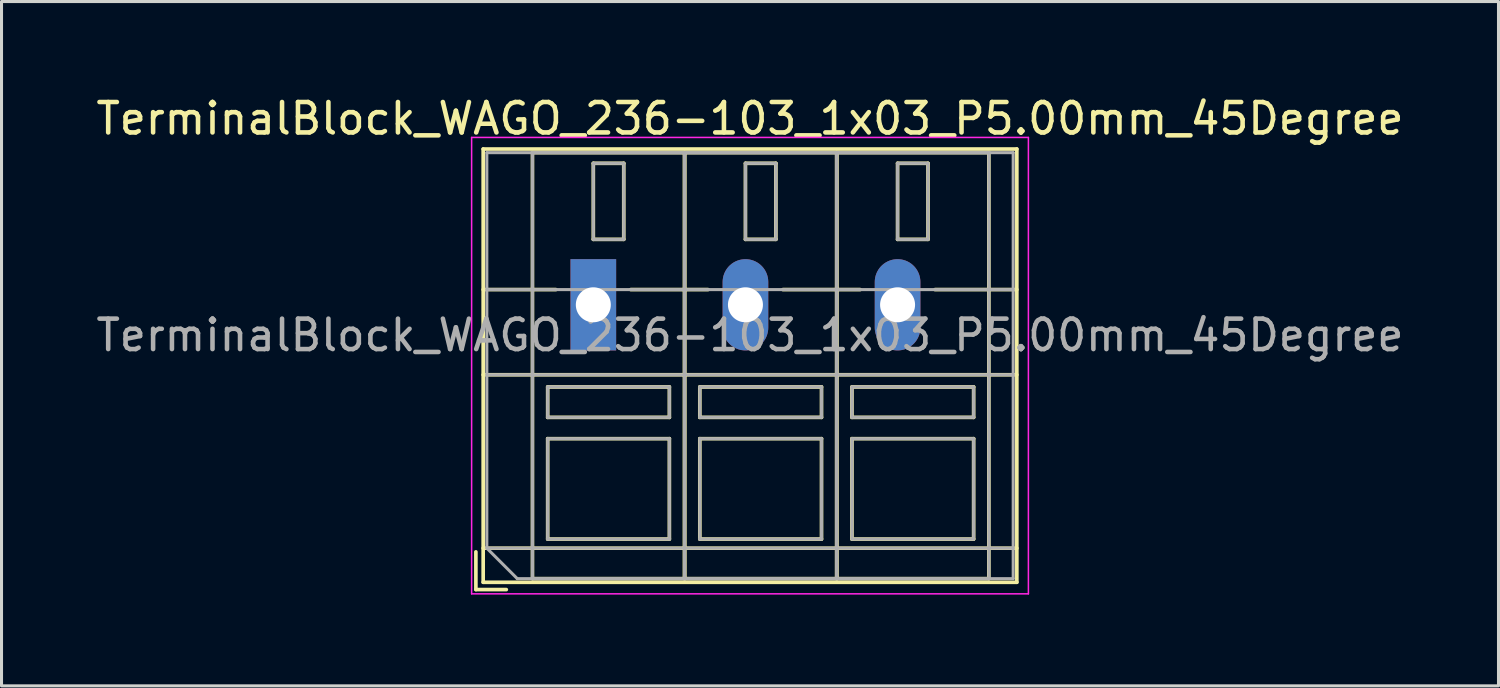
<source format=kicad_pcb>
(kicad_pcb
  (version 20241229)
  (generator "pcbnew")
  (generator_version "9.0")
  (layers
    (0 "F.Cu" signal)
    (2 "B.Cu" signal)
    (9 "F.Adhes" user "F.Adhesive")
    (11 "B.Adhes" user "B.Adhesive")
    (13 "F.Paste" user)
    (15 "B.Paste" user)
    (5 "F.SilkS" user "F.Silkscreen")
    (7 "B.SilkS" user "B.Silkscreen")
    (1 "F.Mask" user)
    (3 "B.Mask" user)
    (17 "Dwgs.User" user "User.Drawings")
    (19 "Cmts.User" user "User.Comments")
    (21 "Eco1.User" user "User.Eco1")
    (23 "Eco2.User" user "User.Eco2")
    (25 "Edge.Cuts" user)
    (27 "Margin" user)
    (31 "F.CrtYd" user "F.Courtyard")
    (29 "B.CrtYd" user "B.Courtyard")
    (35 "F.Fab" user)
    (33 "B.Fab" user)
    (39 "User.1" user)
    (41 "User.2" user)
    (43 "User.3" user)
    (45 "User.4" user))
  (footprint "TerminalBlock_WAGO_236-103_1x03_P5.00mm_45Degree"
    (layer "F.Cu")
    (at 16.451 6.968)
    (property "Reference" "TerminalBlock_WAGO_236-103_1x03_P5.00mm_45Degree" (at 5.15 -6.12 0) (layer "F.SilkS") (effects (font (size 1 1) (thickness 0.15))))
    (attr through_hole)
    (fp_line (start -3.86 8.12) (end -3.86 9.36) (stroke (width 0.12) (type solid)) (layer "F.SilkS"))
    (fp_line (start -3.86 9.36) (end -2.86 9.36) (stroke (width 0.12) (type solid)) (layer "F.SilkS"))
    (fp_line (start -3.62 -5.12) (end -3.62 9.12) (stroke (width 0.12) (type solid)) (layer "F.SilkS"))
    (fp_line (start -3.62 -5.12) (end 13.92 -5.12) (stroke (width 0.12) (type solid)) (layer "F.SilkS"))
    (fp_line (start -3.62 -0.5) (end -1.23 -0.5) (stroke (width 0.12) (type solid)) (layer "F.SilkS"))
    (fp_line (start -3.62 2.3) (end 13.92 2.3) (stroke (width 0.12) (type solid)) (layer "F.SilkS"))
    (fp_line (start -3.62 8) (end 13.92 8) (stroke (width 0.12) (type solid)) (layer "F.SilkS"))
    (fp_line (start -3.62 9.12) (end 13.92 9.12) (stroke (width 0.12) (type solid)) (layer "F.SilkS"))
    (fp_line (start -2 -5) (end -2 9) (stroke (width 0.12) (type solid)) (layer "F.SilkS"))
    (fp_line (start -2 -5) (end 3 -5) (stroke (width 0.12) (type solid)) (layer "F.SilkS"))
    (fp_line (start -2 9) (end 3 9) (stroke (width 0.12) (type solid)) (layer "F.SilkS"))
    (fp_line (start -1.5 2.7) (end -1.5 3.7) (stroke (width 0.12) (type solid)) (layer "F.SilkS"))
    (fp_line (start -1.5 2.7) (end 2.5 2.7) (stroke (width 0.12) (type solid)) (layer "F.SilkS"))
    (fp_line (start -1.5 3.7) (end 2.5 3.7) (stroke (width 0.12) (type solid)) (layer "F.SilkS"))
    (fp_line (start -1.5 4.4) (end -1.5 7.7) (stroke (width 0.12) (type solid)) (layer "F.SilkS"))
    (fp_line (start -1.5 4.4) (end 2.5 4.4) (stroke (width 0.12) (type solid)) (layer "F.SilkS"))
    (fp_line (start -1.5 7.7) (end 2.5 7.7) (stroke (width 0.12) (type solid)) (layer "F.SilkS"))
    (fp_line (start 0 -4.65) (end 0 -2.151) (stroke (width 0.12) (type solid)) (layer "F.SilkS"))
    (fp_line (start 0 -4.65) (end 1 -4.65) (stroke (width 0.12) (type solid)) (layer "F.SilkS"))
    (fp_line (start 0 -2.151) (end 1 -2.151) (stroke (width 0.12) (type solid)) (layer "F.SilkS"))
    (fp_line (start 1 -4.65) (end 1 -2.151) (stroke (width 0.12) (type solid)) (layer "F.SilkS"))
    (fp_line (start 1.23 -0.5) (end 3.77 -0.5) (stroke (width 0.12) (type solid)) (layer "F.SilkS"))
    (fp_line (start 2.5 2.7) (end 2.5 3.7) (stroke (width 0.12) (type solid)) (layer "F.SilkS"))
    (fp_line (start 2.5 4.4) (end 2.5 7.7) (stroke (width 0.12) (type solid)) (layer "F.SilkS"))
    (fp_line (start 3 -5) (end 3 9) (stroke (width 0.12) (type solid)) (layer "F.SilkS"))
    (fp_line (start 3 -5) (end 3 9) (stroke (width 0.12) (type solid)) (layer "F.SilkS"))
    (fp_line (start 3 -5) (end 8 -5) (stroke (width 0.12) (type solid)) (layer "F.SilkS"))
    (fp_line (start 3 9) (end 8 9) (stroke (width 0.12) (type solid)) (layer "F.SilkS"))
    (fp_line (start 3.5 2.7) (end 3.5 3.7) (stroke (width 0.12) (type solid)) (layer "F.SilkS"))
    (fp_line (start 3.5 2.7) (end 7.5 2.7) (stroke (width 0.12) (type solid)) (layer "F.SilkS"))
    (fp_line (start 3.5 3.7) (end 7.5 3.7) (stroke (width 0.12) (type solid)) (layer "F.SilkS"))
    (fp_line (start 3.5 4.4) (end 3.5 7.7) (stroke (width 0.12) (type solid)) (layer "F.SilkS"))
    (fp_line (start 3.5 4.4) (end 7.5 4.4) (stroke (width 0.12) (type solid)) (layer "F.SilkS"))
    (fp_line (start 3.5 7.7) (end 7.5 7.7) (stroke (width 0.12) (type solid)) (layer "F.SilkS"))
    (fp_line (start 5 -4.65) (end 5 -2.151) (stroke (width 0.12) (type solid)) (layer "F.SilkS"))
    (fp_line (start 5 -4.65) (end 6 -4.65) (stroke (width 0.12) (type solid)) (layer "F.SilkS"))
    (fp_line (start 5 -2.151) (end 6 -2.151) (stroke (width 0.12) (type solid)) (layer "F.SilkS"))
    (fp_line (start 6 -4.65) (end 6 -2.151) (stroke (width 0.12) (type solid)) (layer "F.SilkS"))
    (fp_line (start 6.23 -0.5) (end 8.77 -0.5) (stroke (width 0.12) (type solid)) (layer "F.SilkS"))
    (fp_line (start 7.5 2.7) (end 7.5 3.7) (stroke (width 0.12) (type solid)) (layer "F.SilkS"))
    (fp_line (start 7.5 4.4) (end 7.5 7.7) (stroke (width 0.12) (type solid)) (layer "F.SilkS"))
    (fp_line (start 8 -5) (end 8 9) (stroke (width 0.12) (type solid)) (layer "F.SilkS"))
    (fp_line (start 8 -5) (end 8 9) (stroke (width 0.12) (type solid)) (layer "F.SilkS"))
    (fp_line (start 8 -5) (end 13 -5) (stroke (width 0.12) (type solid)) (layer "F.SilkS"))
    (fp_line (start 8 9) (end 13 9) (stroke (width 0.12) (type solid)) (layer "F.SilkS"))
    (fp_line (start 8.5 2.7) (end 8.5 3.7) (stroke (width 0.12) (type solid)) (layer "F.SilkS"))
    (fp_line (start 8.5 2.7) (end 12.5 2.7) (stroke (width 0.12) (type solid)) (layer "F.SilkS"))
    (fp_line (start 8.5 3.7) (end 12.5 3.7) (stroke (width 0.12) (type solid)) (layer "F.SilkS"))
    (fp_line (start 8.5 4.4) (end 8.5 7.7) (stroke (width 0.12) (type solid)) (layer "F.SilkS"))
    (fp_line (start 8.5 4.4) (end 12.5 4.4) (stroke (width 0.12) (type solid)) (layer "F.SilkS"))
    (fp_line (start 8.5 7.7) (end 12.5 7.7) (stroke (width 0.12) (type solid)) (layer "F.SilkS"))
    (fp_line (start 10 -4.65) (end 10 -2.151) (stroke (width 0.12) (type solid)) (layer "F.SilkS"))
    (fp_line (start 10 -4.65) (end 11 -4.65) (stroke (width 0.12) (type solid)) (layer "F.SilkS"))
    (fp_line (start 10 -2.151) (end 11 -2.151) (stroke (width 0.12) (type solid)) (layer "F.SilkS"))
    (fp_line (start 11 -4.65) (end 11 -2.151) (stroke (width 0.12) (type solid)) (layer "F.SilkS"))
    (fp_line (start 11.23 -0.5) (end 13.92 -0.5) (stroke (width 0.12) (type solid)) (layer "F.SilkS"))
    (fp_line (start 12.5 2.7) (end 12.5 3.7) (stroke (width 0.12) (type solid)) (layer "F.SilkS"))
    (fp_line (start 12.5 4.4) (end 12.5 7.7) (stroke (width 0.12) (type solid)) (layer "F.SilkS"))
    (fp_line (start 13 -5) (end 13 9) (stroke (width 0.12) (type solid)) (layer "F.SilkS"))
    (fp_line (start 13.92 -5.12) (end 13.92 9.12) (stroke (width 0.12) (type solid)) (layer "F.SilkS"))
    (fp_line (start -4 -5.5) (end -4 9.5) (stroke (width 0.05) (type solid)) (layer "F.CrtYd"))
    (fp_line (start -4 9.5) (end 14.3 9.5) (stroke (width 0.05) (type solid)) (layer "F.CrtYd"))
    (fp_line (start 14.3 -5.5) (end -4 -5.5) (stroke (width 0.05) (type solid)) (layer "F.CrtYd"))
    (fp_line (start 14.3 9.5) (end 14.3 -5.5) (stroke (width 0.05) (type solid)) (layer "F.CrtYd"))
    (fp_line (start -3.5 -5) (end 13.8 -5) (stroke (width 0.1) (type solid)) (layer "F.Fab"))
    (fp_line (start -3.5 -0.5) (end 13.8 -0.5) (stroke (width 0.1) (type solid)) (layer "F.Fab"))
    (fp_line (start -3.5 2.3) (end 13.8 2.3) (stroke (width 0.1) (type solid)) (layer "F.Fab"))
    (fp_line (start -3.5 8) (end -3.5 -5) (stroke (width 0.1) (type solid)) (layer "F.Fab"))
    (fp_line (start -3.5 8) (end 13.8 8) (stroke (width 0.1) (type solid)) (layer "F.Fab"))
    (fp_line (start -2.5 9) (end -3.5 8) (stroke (width 0.1) (type solid)) (layer "F.Fab"))
    (fp_line (start -2 -5) (end -2 9) (stroke (width 0.1) (type solid)) (layer "F.Fab"))
    (fp_line (start -2 9) (end 3 9) (stroke (width 0.1) (type solid)) (layer "F.Fab"))
    (fp_line (start -1.5 2.7) (end -1.5 3.7) (stroke (width 0.1) (type solid)) (layer "F.Fab"))
    (fp_line (start -1.5 3.7) (end 2.5 3.7) (stroke (width 0.1) (type solid)) (layer "F.Fab"))
    (fp_line (start -1.5 4.4) (end -1.5 7.7) (stroke (width 0.1) (type solid)) (layer "F.Fab"))
    (fp_line (start -1.5 7.7) (end 2.5 7.7) (stroke (width 0.1) (type solid)) (layer "F.Fab"))
    (fp_line (start 0 -4.65) (end 0 -2.15) (stroke (width 0.1) (type solid)) (layer "F.Fab"))
    (fp_line (start 0 -2.15) (end 1 -2.15) (stroke (width 0.1) (type solid)) (layer "F.Fab"))
    (fp_line (start 1 -4.65) (end 0 -4.65) (stroke (width 0.1) (type solid)) (layer "F.Fab"))
    (fp_line (start 1 -2.15) (end 1 -4.65) (stroke (width 0.1) (type solid)) (layer "F.Fab"))
    (fp_line (start 2.5 2.7) (end -1.5 2.7) (stroke (width 0.1) (type solid)) (layer "F.Fab"))
    (fp_line (start 2.5 3.7) (end 2.5 2.7) (stroke (width 0.1) (type solid)) (layer "F.Fab"))
    (fp_line (start 2.5 4.4) (end -1.5 4.4) (stroke (width 0.1) (type solid)) (layer "F.Fab"))
    (fp_line (start 2.5 7.7) (end 2.5 4.4) (stroke (width 0.1) (type solid)) (layer "F.Fab"))
    (fp_line (start 3 -5) (end -2 -5) (stroke (width 0.1) (type solid)) (layer "F.Fab"))
    (fp_line (start 3 -5) (end 3 9) (stroke (width 0.1) (type solid)) (layer "F.Fab"))
    (fp_line (start 3 9) (end 3 -5) (stroke (width 0.1) (type solid)) (layer "F.Fab"))
    (fp_line (start 3 9) (end 8 9) (stroke (width 0.1) (type solid)) (layer "F.Fab"))
    (fp_line (start 3.5 2.7) (end 3.5 3.7) (stroke (width 0.1) (type solid)) (layer "F.Fab"))
    (fp_line (start 3.5 3.7) (end 7.5 3.7) (stroke (width 0.1) (type solid)) (layer "F.Fab"))
    (fp_line (start 3.5 4.4) (end 3.5 7.7) (stroke (width 0.1) (type solid)) (layer "F.Fab"))
    (fp_line (start 3.5 7.7) (end 7.5 7.7) (stroke (width 0.1) (type solid)) (layer "F.Fab"))
    (fp_line (start 5 -4.65) (end 5 -2.15) (stroke (width 0.1) (type solid)) (layer "F.Fab"))
    (fp_line (start 5 -2.15) (end 6 -2.15) (stroke (width 0.1) (type solid)) (layer "F.Fab"))
    (fp_line (start 6 -4.65) (end 5 -4.65) (stroke (width 0.1) (type solid)) (layer "F.Fab"))
    (fp_line (start 6 -2.15) (end 6 -4.65) (stroke (width 0.1) (type solid)) (layer "F.Fab"))
    (fp_line (start 7.5 2.7) (end 3.5 2.7) (stroke (width 0.1) (type solid)) (layer "F.Fab"))
    (fp_line (start 7.5 3.7) (end 7.5 2.7) (stroke (width 0.1) (type solid)) (layer "F.Fab"))
    (fp_line (start 7.5 4.4) (end 3.5 4.4) (stroke (width 0.1) (type solid)) (layer "F.Fab"))
    (fp_line (start 7.5 7.7) (end 7.5 4.4) (stroke (width 0.1) (type solid)) (layer "F.Fab"))
    (fp_line (start 8 -5) (end 3 -5) (stroke (width 0.1) (type solid)) (layer "F.Fab"))
    (fp_line (start 8 -5) (end 8 9) (stroke (width 0.1) (type solid)) (layer "F.Fab"))
    (fp_line (start 8 9) (end 8 -5) (stroke (width 0.1) (type solid)) (layer "F.Fab"))
    (fp_line (start 8 9) (end 13 9) (stroke (width 0.1) (type solid)) (layer "F.Fab"))
    (fp_line (start 8.5 2.7) (end 8.5 3.7) (stroke (width 0.1) (type solid)) (layer "F.Fab"))
    (fp_line (start 8.5 3.7) (end 12.5 3.7) (stroke (width 0.1) (type solid)) (layer "F.Fab"))
    (fp_line (start 8.5 4.4) (end 8.5 7.7) (stroke (width 0.1) (type solid)) (layer "F.Fab"))
    (fp_line (start 8.5 7.7) (end 12.5 7.7) (stroke (width 0.1) (type solid)) (layer "F.Fab"))
    (fp_line (start 10 -4.65) (end 10 -2.15) (stroke (width 0.1) (type solid)) (layer "F.Fab"))
    (fp_line (start 10 -2.15) (end 11 -2.15) (stroke (width 0.1) (type solid)) (layer "F.Fab"))
    (fp_line (start 11 -4.65) (end 10 -4.65) (stroke (width 0.1) (type solid)) (layer "F.Fab"))
    (fp_line (start 11 -2.15) (end 11 -4.65) (stroke (width 0.1) (type solid)) (layer "F.Fab"))
    (fp_line (start 12.5 2.7) (end 8.5 2.7) (stroke (width 0.1) (type solid)) (layer "F.Fab"))
    (fp_line (start 12.5 3.7) (end 12.5 2.7) (stroke (width 0.1) (type solid)) (layer "F.Fab"))
    (fp_line (start 12.5 4.4) (end 8.5 4.4) (stroke (width 0.1) (type solid)) (layer "F.Fab"))
    (fp_line (start 12.5 7.7) (end 12.5 4.4) (stroke (width 0.1) (type solid)) (layer "F.Fab"))
    (fp_line (start 13 -5) (end 8 -5) (stroke (width 0.1) (type solid)) (layer "F.Fab"))
    (fp_line (start 13 9) (end 13 -5) (stroke (width 0.1) (type solid)) (layer "F.Fab"))
    (fp_line (start 13.8 -5) (end 13.8 9) (stroke (width 0.1) (type solid)) (layer "F.Fab"))
    (fp_line (start 13.8 9) (end -2.5 9) (stroke (width 0.1) (type solid)) (layer "F.Fab"))
    (fp_text user "${REFERENCE}" (at 5.15 1 0) (layer "F.Fab") (effects (font (size 1 1) (thickness 0.15))))
    (pad "1" thru_hole rect (at 0 0) (size 1.5 3) (drill 1.15) (layers "*.Cu" "*.Mask"))
    (pad "2" thru_hole oval (at 5 0) (size 1.5 3) (drill 1.15) (layers "*.Cu" "*.Mask"))
    (pad "3" thru_hole oval (at 10 0) (size 1.5 3) (drill 1.15) (layers "*.Cu" "*.Mask")))
  (gr_rect
    (start -3 -3)
    (end 46.202 19.493)
    (stroke (width 0.1) (type default))
    (fill no)
    (layer "Edge.Cuts")))
</source>
